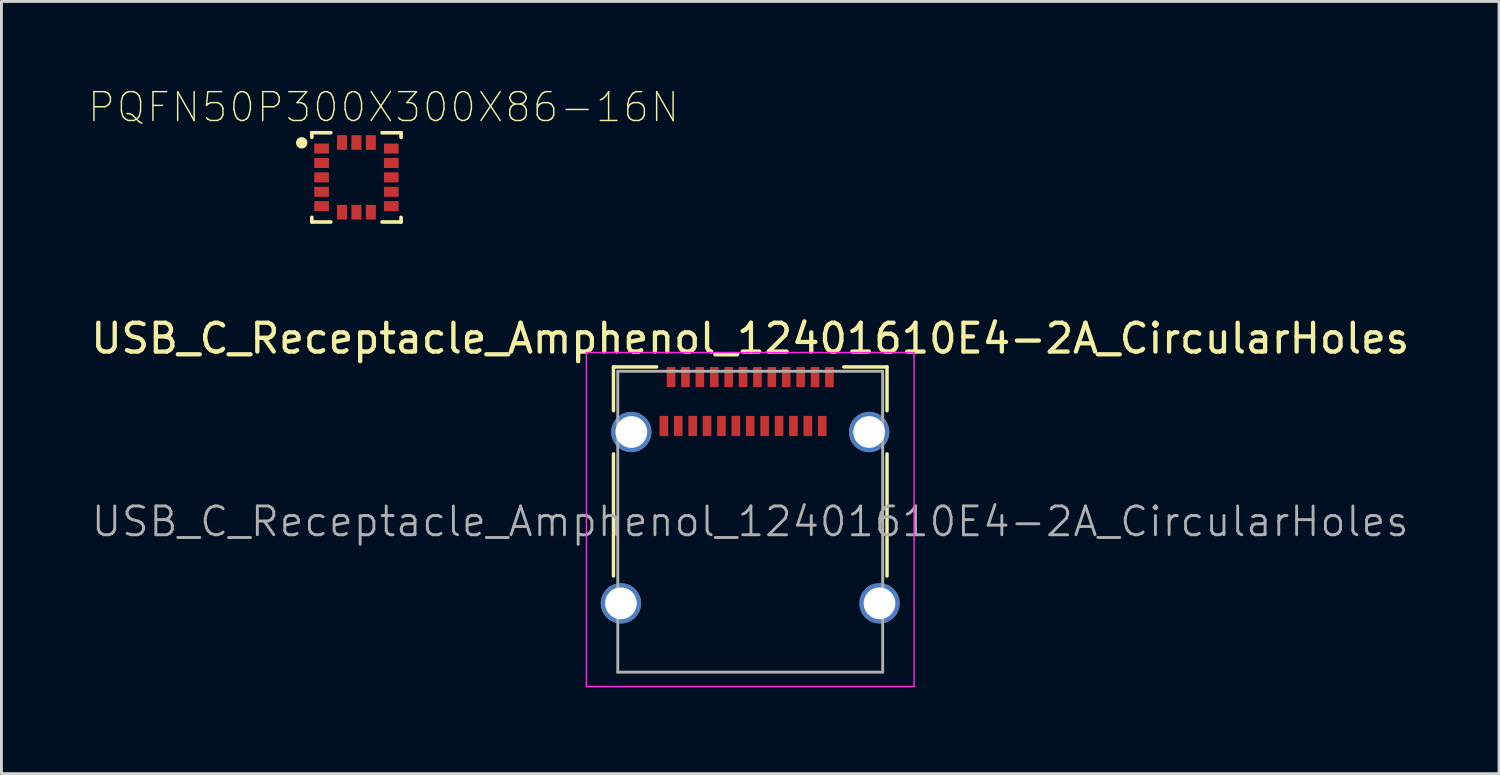
<source format=kicad_pcb>
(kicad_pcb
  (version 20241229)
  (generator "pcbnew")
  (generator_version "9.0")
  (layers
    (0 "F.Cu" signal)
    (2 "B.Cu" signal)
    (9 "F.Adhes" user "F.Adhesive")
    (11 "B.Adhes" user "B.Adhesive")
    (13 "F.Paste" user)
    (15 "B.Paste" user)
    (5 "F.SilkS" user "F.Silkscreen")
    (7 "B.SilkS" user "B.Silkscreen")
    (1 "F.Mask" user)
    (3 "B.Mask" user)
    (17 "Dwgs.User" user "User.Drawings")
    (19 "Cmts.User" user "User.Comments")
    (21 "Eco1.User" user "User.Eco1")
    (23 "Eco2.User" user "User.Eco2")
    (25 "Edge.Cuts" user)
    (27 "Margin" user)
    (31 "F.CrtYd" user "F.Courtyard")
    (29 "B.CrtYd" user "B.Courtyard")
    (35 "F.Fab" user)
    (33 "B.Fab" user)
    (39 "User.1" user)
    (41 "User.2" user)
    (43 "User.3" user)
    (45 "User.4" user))
  (footprint "USB_C_Receptacle_Amphenol_12401610E4-2A_CircularHoles"
    (layer "F.Cu")
    (at 23.006 15.064)
    (property "Reference" "USB_C_Receptacle_Amphenol_12401610E4-2A_CircularHoles" (at 0 -6.36 0) (layer "F.SilkS") (effects (font (size 1 1) (thickness 0.15))))
    (attr smd)
    (fp_line (start -4.75 -5.37) (end -4.75 -3.85) (stroke (width 0.12) (type solid)) (layer "F.SilkS"))
    (fp_line (start -4.75 -5.37) (end -3.25 -5.37) (stroke (width 0.12) (type solid)) (layer "F.SilkS"))
    (fp_line (start -4.75 -2.35) (end -4.75 1.89) (stroke (width 0.12) (type solid)) (layer "F.SilkS"))
    (fp_line (start 3.25 -5.37) (end 4.75 -5.37) (stroke (width 0.12) (type solid)) (layer "F.SilkS"))
    (fp_line (start 4.75 -5.37) (end 4.75 -3.85) (stroke (width 0.12) (type solid)) (layer "F.SilkS"))
    (fp_line (start 4.75 -2.35) (end 4.75 1.89) (stroke (width 0.12) (type solid)) (layer "F.SilkS"))
    (fp_line (start -5.69 -5.87) (end 5.69 -5.87) (stroke (width 0.05) (type solid)) (layer "F.CrtYd"))
    (fp_line (start -5.69 5.73) (end -5.69 -5.87) (stroke (width 0.05) (type solid)) (layer "F.CrtYd"))
    (fp_line (start 5.69 -5.87) (end 5.69 5.73) (stroke (width 0.05) (type solid)) (layer "F.CrtYd"))
    (fp_line (start 5.69 5.73) (end -5.69 5.73) (stroke (width 0.05) (type solid)) (layer "F.CrtYd"))
    (fp_line (start -4.6 -5.22) (end 4.6 -5.22) (stroke (width 0.1) (type solid)) (layer "F.Fab"))
    (fp_line (start -4.6 5.23) (end -4.6 -5.22) (stroke (width 0.1) (type solid)) (layer "F.Fab"))
    (fp_line (start -4.6 5.23) (end 4.6 5.23) (stroke (width 0.1) (type solid)) (layer "F.Fab"))
    (fp_line (start 4.6 5.23) (end 4.6 -5.22) (stroke (width 0.1) (type solid)) (layer "F.Fab"))
    (fp_text user "${REFERENCE}" (at 0 0 0) (layer "F.Fab") (effects (font (size 1 1) (thickness 0.1))))
    (pad "A1" smd rect (at -2.75 -5.02) (size 0.3 0.7) (layers "F.Cu" "F.Mask" "F.Paste"))
    (pad "A2" smd rect (at -2.25 -5.02) (size 0.3 0.7) (layers "F.Cu" "F.Mask" "F.Paste"))
    (pad "A3" smd rect (at -1.75 -5.02) (size 0.3 0.7) (layers "F.Cu" "F.Mask" "F.Paste"))
    (pad "A4" smd rect (at -1.25 -5.02) (size 0.3 0.7) (layers "F.Cu" "F.Mask" "F.Paste"))
    (pad "A5" smd rect (at -0.75 -5.02) (size 0.3 0.7) (layers "F.Cu" "F.Mask" "F.Paste"))
    (pad "A6" smd rect (at -0.25 -5.02) (size 0.3 0.7) (layers "F.Cu" "F.Mask" "F.Paste"))
    (pad "A7" smd rect (at 0.25 -5.02) (size 0.3 0.7) (layers "F.Cu" "F.Mask" "F.Paste"))
    (pad "A8" smd rect (at 0.75 -5.02) (size 0.3 0.7) (layers "F.Cu" "F.Mask" "F.Paste"))
    (pad "A9" smd rect (at 1.25 -5.02) (size 0.3 0.7) (layers "F.Cu" "F.Mask" "F.Paste"))
    (pad "A10" smd rect (at 1.75 -5.02) (size 0.3 0.7) (layers "F.Cu" "F.Mask" "F.Paste"))
    (pad "A11" smd rect (at 2.25 -5.02) (size 0.3 0.7) (layers "F.Cu" "F.Mask" "F.Paste"))
    (pad "A12" smd rect (at 2.75 -5.02) (size 0.3 0.7) (layers "F.Cu" "F.Mask" "F.Paste"))
    (pad "B1" smd rect (at 2.5 -3.32) (size 0.3 0.7) (layers "F.Cu" "F.Mask" "F.Paste"))
    (pad "B2" smd rect (at 2 -3.32) (size 0.3 0.7) (layers "F.Cu" "F.Mask" "F.Paste"))
    (pad "B3" smd rect (at 1.5 -3.32) (size 0.3 0.7) (layers "F.Cu" "F.Mask" "F.Paste"))
    (pad "B4" smd rect (at 1 -3.32) (size 0.3 0.7) (layers "F.Cu" "F.Mask" "F.Paste"))
    (pad "B5" smd rect (at 0.5 -3.32) (size 0.3 0.7) (layers "F.Cu" "F.Mask" "F.Paste"))
    (pad "B6" smd rect (at 0 -3.32) (size 0.3 0.7) (layers "F.Cu" "F.Mask" "F.Paste"))
    (pad "B7" smd rect (at -0.5 -3.32) (size 0.3 0.7) (layers "F.Cu" "F.Mask" "F.Paste"))
    (pad "B8" smd rect (at -1 -3.32) (size 0.3 0.7) (layers "F.Cu" "F.Mask" "F.Paste"))
    (pad "B9" smd rect (at -1.5 -3.32) (size 0.3 0.7) (layers "F.Cu" "F.Mask" "F.Paste"))
    (pad "B10" smd rect (at -2 -3.32) (size 0.3 0.7) (layers "F.Cu" "F.Mask" "F.Paste"))
    (pad "B11" smd rect (at -2.5 -3.32) (size 0.3 0.7) (layers "F.Cu" "F.Mask" "F.Paste"))
    (pad "B12" smd rect (at -3 -3.32) (size 0.3 0.7) (layers "F.Cu" "F.Mask" "F.Paste"))
    (pad "S1" thru_hole circle (at -4.49 2.84) (size 1.4 1.4) (drill 1.1) (layers "*.Cu" "*.Mask"))
    (pad "S1" thru_hole circle (at -4.13 -3.11) (size 1.4 1.4) (drill 1.1) (layers "*.Cu" "*.Mask"))
    (pad "S1" thru_hole circle (at 4.13 -3.11) (size 1.4 1.4) (drill 1.1) (layers "*.Cu" "*.Mask"))
    (pad "S1" thru_hole circle (at 4.49 2.84) (size 1.4 1.4) (drill 1.1) (layers "*.Cu" "*.Mask")))
  (footprint "PQFN50P300X300X86-16N"
    (layer "F.Cu")
    (at 9.329 3.11)
    (property "Reference" "PQFN50P300X300X86-16N" (at 0.941 -2.437 0) (layer "F.SilkS") (effects (font (size 1.001 1.001) (thickness 0.05))))
    (attr smd)
    (fp_line (start -1.55 -1.55) (end -1.55 -1.39) (stroke (width 0.127) (type solid)) (layer "F.SilkS"))
    (fp_line (start -1.55 1.55) (end -1.55 1.39) (stroke (width 0.127) (type solid)) (layer "F.SilkS"))
    (fp_line (start -0.89 -1.55) (end -1.55 -1.55) (stroke (width 0.127) (type solid)) (layer "F.SilkS"))
    (fp_line (start -0.89 1.55) (end -1.55 1.55) (stroke (width 0.127) (type solid)) (layer "F.SilkS"))
    (fp_line (start 0.89 -1.55) (end 1.55 -1.55) (stroke (width 0.127) (type solid)) (layer "F.SilkS"))
    (fp_line (start 0.89 1.55) (end 1.55 1.55) (stroke (width 0.127) (type solid)) (layer "F.SilkS"))
    (fp_line (start 1.55 -1.55) (end 1.55 -1.39) (stroke (width 0.127) (type solid)) (layer "F.SilkS"))
    (fp_line (start 1.55 1.55) (end 1.55 1.39) (stroke (width 0.127) (type solid)) (layer "F.SilkS"))
    (fp_circle (center -1.9 -1.2) (end -1.8 -1.2) (stroke (width 0.2) (type solid)) (fill no) (layer "F.SilkS"))
    (fp_line (start -1.72 -1.72) (end 1.72 -1.72) (stroke (width 0.05) (type solid)) (layer "Eco1.User"))
    (fp_line (start -1.72 1.72) (end -1.72 -1.72) (stroke (width 0.05) (type solid)) (layer "Eco1.User"))
    (fp_line (start 1.72 -1.72) (end 1.72 1.72) (stroke (width 0.05) (type solid)) (layer "Eco1.User"))
    (fp_line (start 1.72 1.72) (end -1.72 1.72) (stroke (width 0.05) (type solid)) (layer "Eco1.User"))
    (fp_line (start -1.55 -1.55) (end 1.55 -1.55) (stroke (width 0.127) (type solid)) (layer "Eco2.User"))
    (fp_line (start -1.55 1.55) (end -1.55 -1.55) (stroke (width 0.127) (type solid)) (layer "Eco2.User"))
    (fp_line (start 1.55 -1.55) (end 1.55 1.55) (stroke (width 0.127) (type solid)) (layer "Eco2.User"))
    (fp_line (start 1.55 1.55) (end -1.55 1.55) (stroke (width 0.127) (type solid)) (layer "Eco2.User"))
    (fp_circle (center -1.9 -1.2) (end -1.8 -1.2) (stroke (width 0.2) (type solid)) (fill no) (layer "Eco2.User"))
    (pad "1" smd rect (at -1.21 -1) (size 0.51 0.35) (layers "F.Cu" "F.Mask" "F.Paste"))
    (pad "2" smd rect (at -1.21 -0.5) (size 0.51 0.35) (layers "F.Cu" "F.Mask" "F.Paste"))
    (pad "3" smd rect (at -1.21 0) (size 0.51 0.35) (layers "F.Cu" "F.Mask" "F.Paste"))
    (pad "4" smd rect (at -1.21 0.5) (size 0.51 0.35) (layers "F.Cu" "F.Mask" "F.Paste"))
    (pad "5" smd rect (at -1.21 1) (size 0.51 0.35) (layers "F.Cu" "F.Mask" "F.Paste"))
    (pad "6" smd rect (at -0.5 1.21 90) (size 0.51 0.35) (layers "F.Cu" "F.Mask" "F.Paste"))
    (pad "7" smd rect (at 0 1.21 90) (size 0.51 0.35) (layers "F.Cu" "F.Mask" "F.Paste"))
    (pad "8" smd rect (at 0.5 1.21 90) (size 0.51 0.35) (layers "F.Cu" "F.Mask" "F.Paste"))
    (pad "9" smd rect (at 1.21 1 180) (size 0.51 0.35) (layers "F.Cu" "F.Mask" "F.Paste"))
    (pad "10" smd rect (at 1.21 0.5 180) (size 0.51 0.35) (layers "F.Cu" "F.Mask" "F.Paste"))
    (pad "11" smd rect (at 1.21 0 180) (size 0.51 0.35) (layers "F.Cu" "F.Mask" "F.Paste"))
    (pad "12" smd rect (at 1.21 -0.5 180) (size 0.51 0.35) (layers "F.Cu" "F.Mask" "F.Paste"))
    (pad "13" smd rect (at 1.21 -1 180) (size 0.51 0.35) (layers "F.Cu" "F.Mask" "F.Paste"))
    (pad "14" smd rect (at 0.5 -1.21 270) (size 0.51 0.35) (layers "F.Cu" "F.Mask" "F.Paste"))
    (pad "15" smd rect (at 0 -1.21 270) (size 0.51 0.35) (layers "F.Cu" "F.Mask" "F.Paste"))
    (pad "16" smd rect (at -0.5 -1.21 270) (size 0.51 0.35) (layers "F.Cu" "F.Mask" "F.Paste")))
  (gr_rect
    (start -3 -3)
    (end 49.012 23.819)
    (stroke (width 0.1) (type default))
    (fill no)
    (layer "Edge.Cuts")))
</source>
